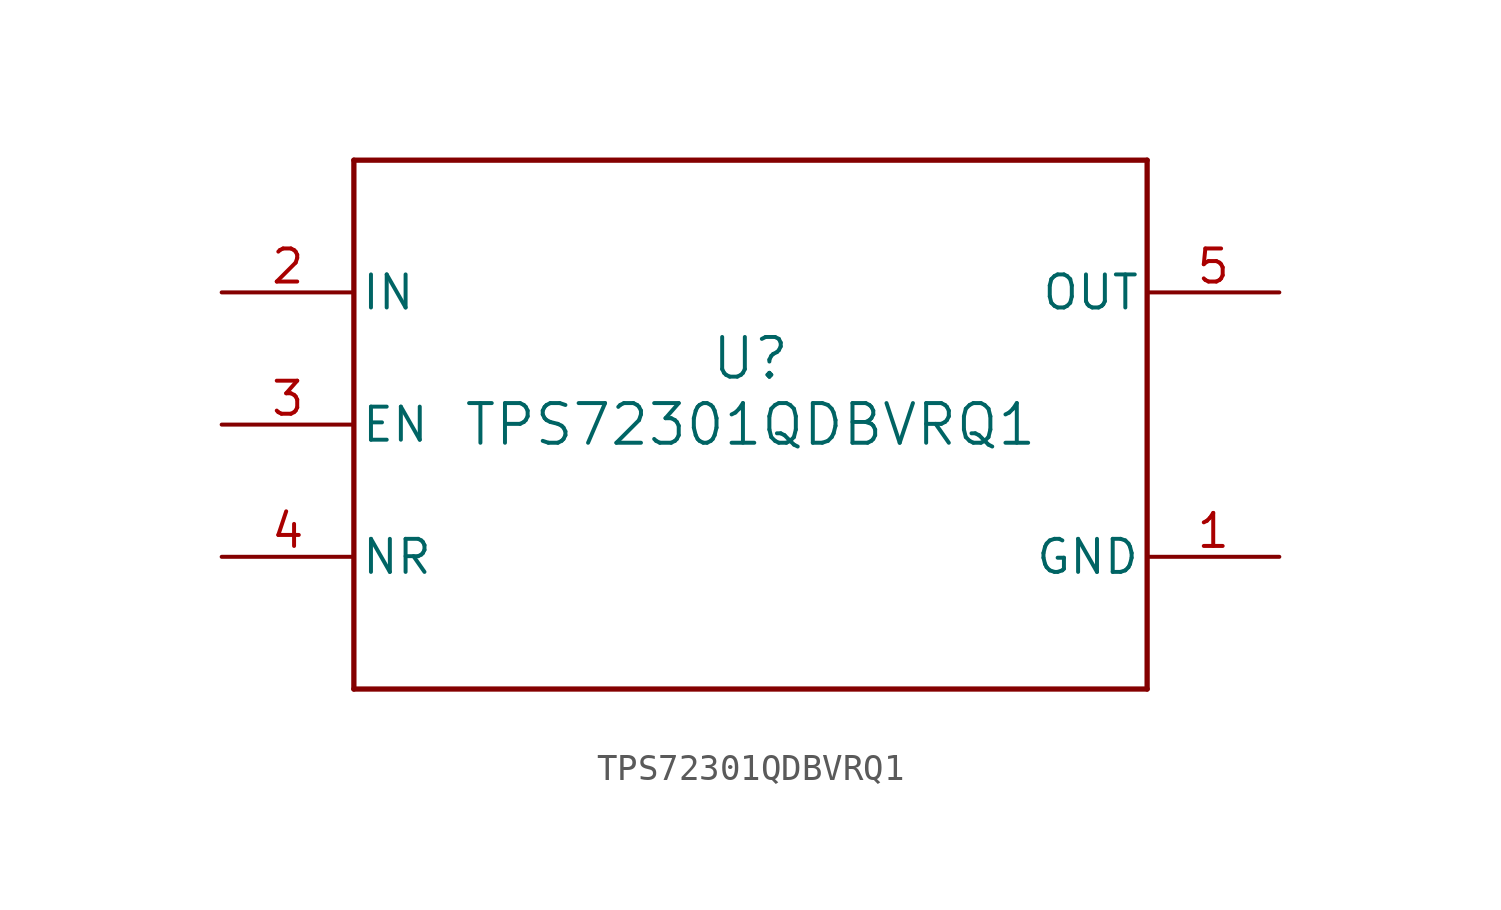
<source format=kicad_sym>
(kicad_symbol_lib
  (version 20211014)
  (generator kicad_symbol_editor)
  (symbol "TPS72301QDBVRQ1"
    (pin_names
      (offset 0.254))
    (property "Reference" "U"
      (at 0 2.54 0)
      (effects (font (size 1.524 1.524))))
    (property "Value" "TPS72301QDBVRQ1"
      (at 0 0 0)
      (effects (font (size 1.524 1.524))))
    (symbol "TPS72301QDBVRQ1_0_1"
      (polyline (pts (xy -15.24 -10.16) (xy 15.24 -10.16)) (stroke (width 0.203) (type default) (color 0 0 0 0)) (fill (type none)))
      (polyline (pts (xy 15.24 -10.16) (xy 15.24 10.16)) (stroke (width 0.203) (type default) (color 0 0 0 0)) (fill (type none)))
      (polyline (pts (xy 15.24 10.16) (xy -15.24 10.16)) (stroke (width 0.203) (type default) (color 0 0 0 0)) (fill (type none)))
      (polyline (pts (xy -15.24 10.16) (xy -15.24 -10.16)) (stroke (width 0.203) (type default) (color 0 0 0 0)) (fill (type none)))
      (pin power_in line (at 20.32 -5.08 180) (length 5.08) (name "GND" (effects (font (size 1.27 1.27)))) (number "1" (effects (font (size 1.27 1.27)))))
      (pin power_in line (at -20.32 5.08 0) (length 5.08) (name "IN" (effects (font (size 1.27 1.27)))) (number "2" (effects (font (size 1.27 1.27)))))
      (pin input line (at -20.32 0 0) (length 5.08) (name "EN" (effects (font (size 1.27 1.27)))) (number "3" (effects (font (size 1.27 1.27)))))
      (pin unspecified line (at -20.32 -5.08 0) (length 5.08) (name "NR" (effects (font (size 1.27 1.27)))) (number "4" (effects (font (size 1.27 1.27)))))
      (pin power_in line (at 20.32 5.08 180) (length 5.08) (name "OUT" (effects (font (size 1.27 1.27)))) (number "5" (effects (font (size 1.27 1.27))))))))
</source>
